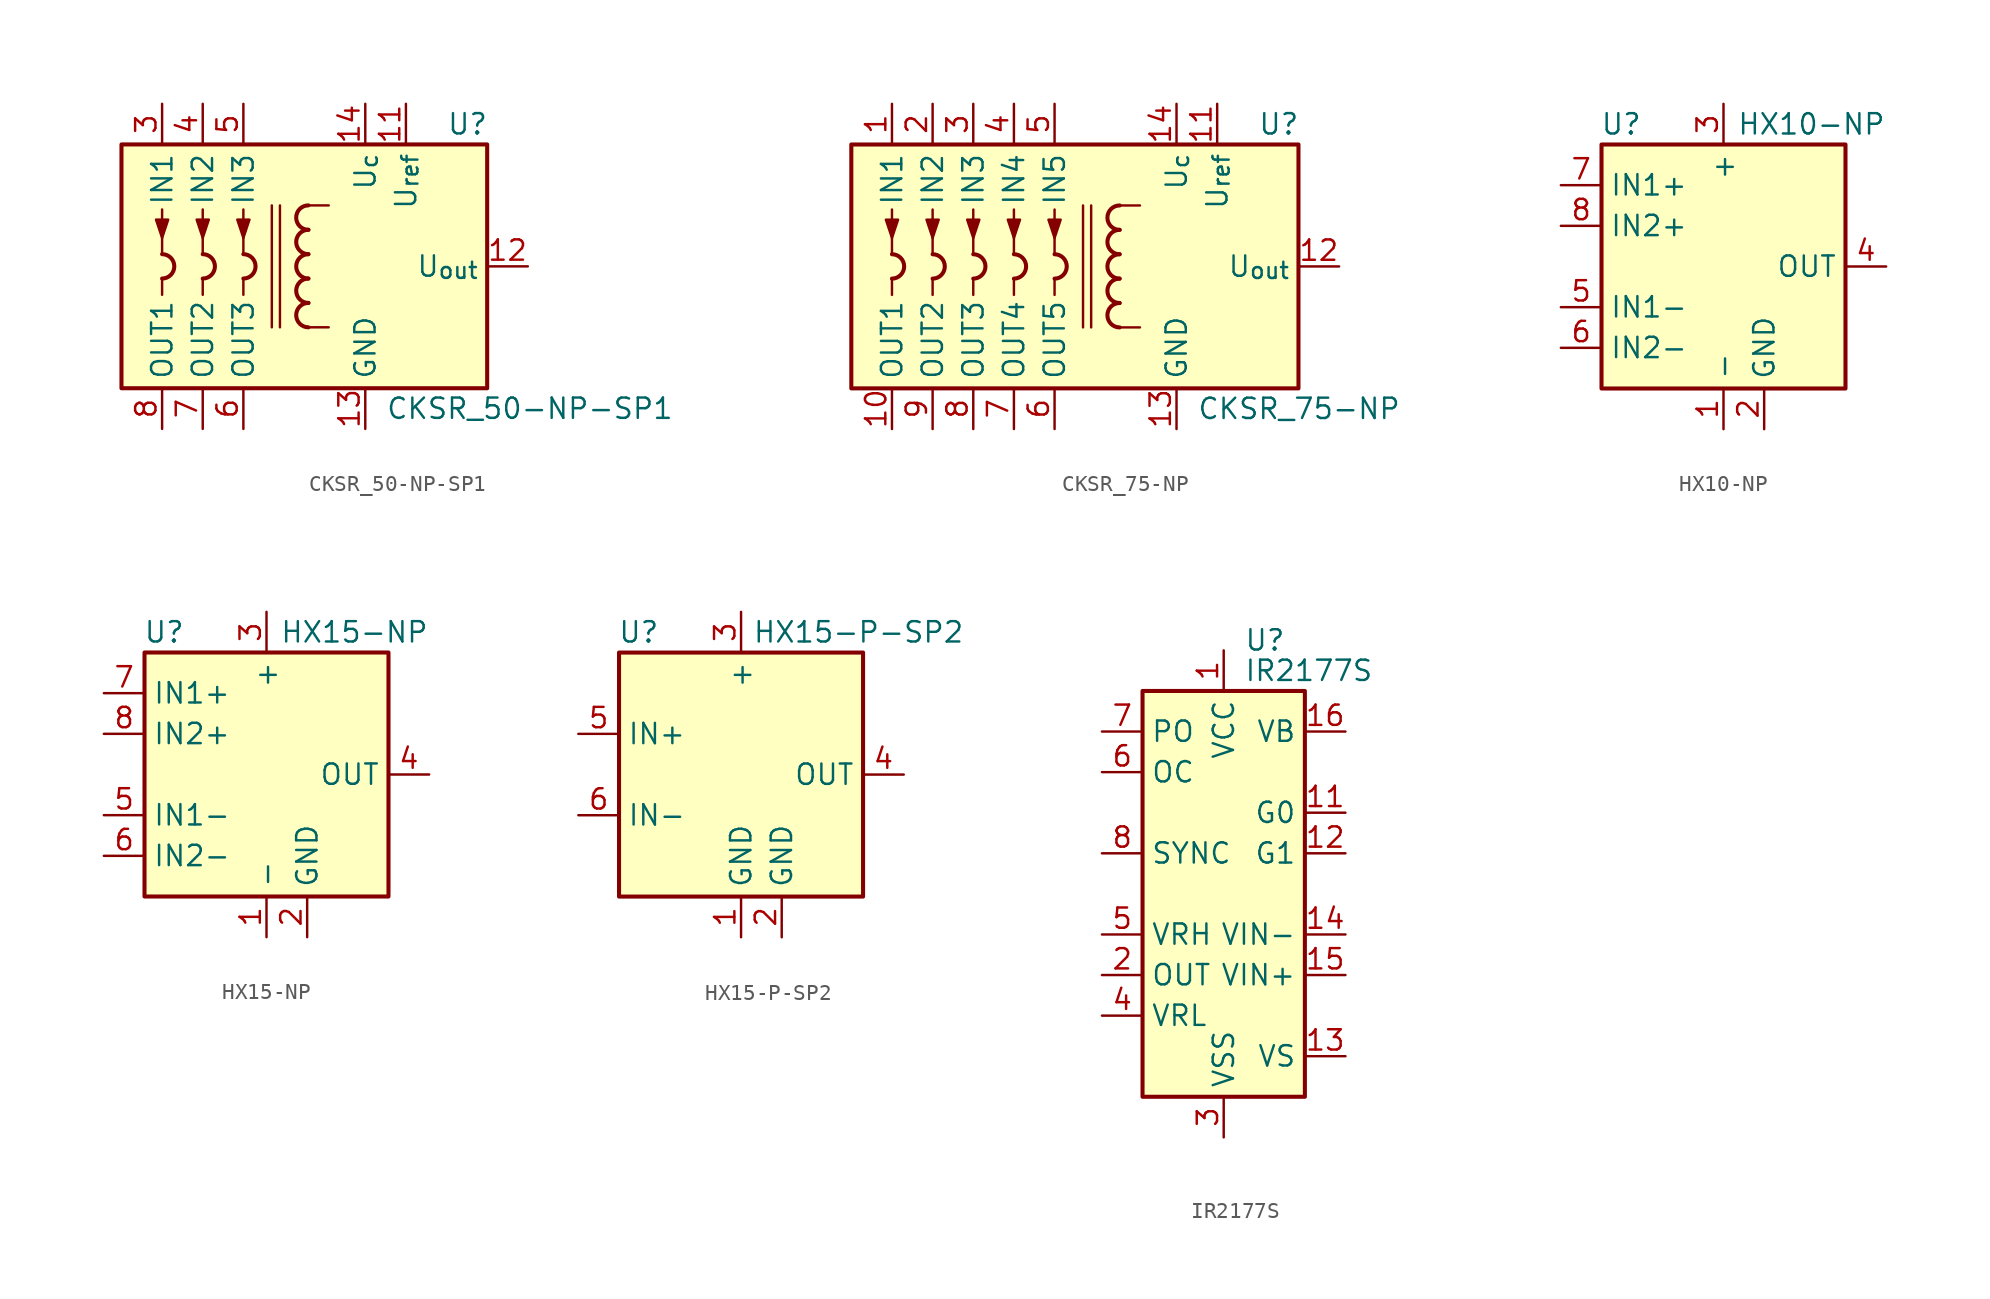
<source format=kicad_sym>
(kicad_symbol_lib
  (version 20241209)
  (generator "kicad_symbol_editor")
  (generator_version "9.0")
  (symbol "CKSR_50-NP-SP1"
    (property "Reference" "U"
      (at 10.16 8.89 0)
      (effects (font (size 1.27 1.27)) (justify left)))
    (property "Value" "CKSR_50-NP-SP1"
      (at 6.35 -8.89 0)
      (effects (font (size 1.27 1.27)) (justify left)))
    (symbol "CKSR_50-NP-SP1_0_1"
      (rectangle (start -10.16 7.62) (end 12.7 -7.62) (stroke (width 0.254) (type default)) (fill (type background)))
      (polyline (pts (xy -7.62 1.778) (xy -7.239 2.921) (xy -8.001 2.921) (xy -7.62 1.778)) (stroke (width 0) (type default)) (fill (type outline)))
      (polyline (pts (xy -7.62 0.762) (xy -7.62 3.556)) (stroke (width 0) (type default)) (fill (type none)))
      (arc (start -7.62 0.762) (mid -6.858 0) (end -7.62 -0.762) (stroke (width 0.254) (type default)) (fill (type none)))
      (polyline (pts (xy -7.62 -0.762) (xy -7.62 -1.778)) (stroke (width 0) (type default)) (fill (type none)))
      (polyline (pts (xy -5.08 1.778) (xy -4.699 2.921) (xy -5.461 2.921) (xy -5.08 1.778)) (stroke (width 0) (type default)) (fill (type outline)))
      (polyline (pts (xy -5.08 0.762) (xy -5.08 3.556)) (stroke (width 0) (type default)) (fill (type none)))
      (arc (start -5.08 0.762) (mid -4.318 0) (end -5.08 -0.762) (stroke (width 0.254) (type default)) (fill (type none)))
      (polyline (pts (xy -5.08 -0.762) (xy -5.08 -1.778)) (stroke (width 0) (type default)) (fill (type none)))
      (polyline (pts (xy -2.54 1.778) (xy -2.159 2.921) (xy -2.921 2.921) (xy -2.54 1.778)) (stroke (width 0) (type default)) (fill (type outline)))
      (polyline (pts (xy -2.54 0.762) (xy -2.54 3.556)) (stroke (width 0) (type default)) (fill (type none)))
      (arc (start -2.54 0.762) (mid -1.778 0) (end -2.54 -0.762) (stroke (width 0.254) (type default)) (fill (type none)))
      (polyline (pts (xy -2.54 -0.762) (xy -2.54 -1.778)) (stroke (width 0) (type default)) (fill (type none)))
      (polyline (pts (xy 1.524 3.81) (xy 2.794 3.81)) (stroke (width 0) (type default)) (fill (type none)))
      (arc (start 1.524 2.286) (mid 0.762 3.048) (end 1.524 3.81) (stroke (width 0.254) (type default)) (fill (type none)))
      (arc (start 1.524 0.762) (mid 0.762 1.524) (end 1.524 2.286) (stroke (width 0.254) (type default)) (fill (type none)))
      (arc (start 1.524 -0.762) (mid 0.762 0) (end 1.524 0.762) (stroke (width 0.254) (type default)) (fill (type none)))
      (arc (start 1.524 -2.286) (mid 0.762 -1.524) (end 1.524 -0.762) (stroke (width 0.254) (type default)) (fill (type none)))
      (arc (start 1.524 -3.81) (mid 0.762 -3.048) (end 1.524 -2.286) (stroke (width 0.254) (type default)) (fill (type none)))
      (polyline (pts (xy 1.524 -3.81) (xy 2.794 -3.81)) (stroke (width 0) (type default)) (fill (type none))))
    (symbol "CKSR_50-NP-SP1_1_1"
      (polyline (pts (xy -0.762 3.81) (xy -0.762 -3.81)) (stroke (width 0) (type default)) (fill (type none)))
      (polyline (pts (xy -0.254 -3.81) (xy -0.254 3.81)) (stroke (width 0) (type default)) (fill (type none)))
      (pin passive line (at -7.62 10.16 270) (length 2.54) (name "IN1" (effects (font (size 1.27 1.27)))) (number "3" (effects (font (size 1.27 1.27)))))
      (pin passive line (at -7.62 -10.16 90) (length 2.54) (name "OUT1" (effects (font (size 1.27 1.27)))) (number "8" (effects (font (size 1.27 1.27)))))
      (pin passive line (at -5.08 10.16 270) (length 2.54) (name "IN2" (effects (font (size 1.27 1.27)))) (number "4" (effects (font (size 1.27 1.27)))))
      (pin passive line (at -5.08 -10.16 90) (length 2.54) (name "OUT2" (effects (font (size 1.27 1.27)))) (number "7" (effects (font (size 1.27 1.27)))))
      (pin passive line (at -2.54 10.16 270) (length 2.54) (name "IN3" (effects (font (size 1.27 1.27)))) (number "5" (effects (font (size 1.27 1.27)))))
      (pin passive line (at -2.54 -10.16 90) (length 2.54) (name "OUT3" (effects (font (size 1.27 1.27)))) (number "6" (effects (font (size 1.27 1.27)))))
      (pin power_in line (at 5.08 10.16 270) (length 2.54) (name "U_{c}" (effects (font (size 1.27 1.27)))) (number "14" (effects (font (size 1.27 1.27)))))
      (pin power_in line (at 5.08 -10.16 90) (length 2.54) (name "GND" (effects (font (size 1.27 1.27)))) (number "13" (effects (font (size 1.27 1.27)))))
      (pin bidirectional line (at 7.62 10.16 270) (length 2.54) (name "U_{ref}" (effects (font (size 1.27 1.27)))) (number "11" (effects (font (size 1.27 1.27)))))
      (pin output line (at 15.24 0 180) (length 2.54) (name "U_{out}" (effects (font (size 1.27 1.27)))) (number "12" (effects (font (size 1.27 1.27)))))))
  (symbol "CKSR_75-NP"
    (property "Reference" "U"
      (at 10.16 8.89 0)
      (effects (font (size 1.27 1.27)) (justify left)))
    (property "Value" "CKSR_75-NP"
      (at 6.35 -8.89 0)
      (effects (font (size 1.27 1.27)) (justify left)))
    (symbol "CKSR_75-NP_0_1"
      (rectangle (start -15.24 7.62) (end 12.7 -7.62) (stroke (width 0.254) (type default)) (fill (type background)))
      (polyline (pts (xy -12.7 1.778) (xy -12.319 2.921) (xy -13.081 2.921) (xy -12.7 1.778)) (stroke (width 0) (type default)) (fill (type outline)))
      (polyline (pts (xy -12.7 0.762) (xy -12.7 3.556)) (stroke (width 0) (type default)) (fill (type none)))
      (arc (start -12.7 0.762) (mid -11.938 0) (end -12.7 -0.762) (stroke (width 0.254) (type default)) (fill (type none)))
      (polyline (pts (xy -12.7 -0.762) (xy -12.7 -1.778)) (stroke (width 0) (type default)) (fill (type none)))
      (polyline (pts (xy -10.16 1.778) (xy -9.779 2.921) (xy -10.541 2.921) (xy -10.16 1.778)) (stroke (width 0) (type default)) (fill (type outline)))
      (polyline (pts (xy -10.16 0.762) (xy -10.16 3.556)) (stroke (width 0) (type default)) (fill (type none)))
      (arc (start -10.16 0.762) (mid -9.398 0) (end -10.16 -0.762) (stroke (width 0.254) (type default)) (fill (type none)))
      (polyline (pts (xy -10.16 -0.762) (xy -10.16 -1.778)) (stroke (width 0) (type default)) (fill (type none)))
      (polyline (pts (xy -7.62 1.778) (xy -7.239 2.921) (xy -8.001 2.921) (xy -7.62 1.778)) (stroke (width 0) (type default)) (fill (type outline)))
      (polyline (pts (xy -7.62 0.762) (xy -7.62 3.556)) (stroke (width 0) (type default)) (fill (type none)))
      (arc (start -7.62 0.762) (mid -6.858 0) (end -7.62 -0.762) (stroke (width 0.254) (type default)) (fill (type none)))
      (polyline (pts (xy -7.62 -0.762) (xy -7.62 -1.778)) (stroke (width 0) (type default)) (fill (type none)))
      (polyline (pts (xy -5.08 1.778) (xy -4.699 2.921) (xy -5.461 2.921) (xy -5.08 1.778)) (stroke (width 0) (type default)) (fill (type outline)))
      (polyline (pts (xy -5.08 0.762) (xy -5.08 3.556)) (stroke (width 0) (type default)) (fill (type none)))
      (arc (start -5.08 0.762) (mid -4.318 0) (end -5.08 -0.762) (stroke (width 0.254) (type default)) (fill (type none)))
      (polyline (pts (xy -5.08 -0.762) (xy -5.08 -1.778)) (stroke (width 0) (type default)) (fill (type none)))
      (polyline (pts (xy -2.54 1.778) (xy -2.159 2.921) (xy -2.921 2.921) (xy -2.54 1.778)) (stroke (width 0) (type default)) (fill (type outline)))
      (polyline (pts (xy -2.54 0.762) (xy -2.54 3.556)) (stroke (width 0) (type default)) (fill (type none)))
      (arc (start -2.54 0.762) (mid -1.778 0) (end -2.54 -0.762) (stroke (width 0.254) (type default)) (fill (type none)))
      (polyline (pts (xy -2.54 -0.762) (xy -2.54 -1.778)) (stroke (width 0) (type default)) (fill (type none)))
      (polyline (pts (xy 1.524 3.81) (xy 2.794 3.81)) (stroke (width 0) (type default)) (fill (type none)))
      (arc (start 1.524 2.286) (mid 0.762 3.048) (end 1.524 3.81) (stroke (width 0.254) (type default)) (fill (type none)))
      (arc (start 1.524 0.762) (mid 0.762 1.524) (end 1.524 2.286) (stroke (width 0.254) (type default)) (fill (type none)))
      (arc (start 1.524 -0.762) (mid 0.762 0) (end 1.524 0.762) (stroke (width 0.254) (type default)) (fill (type none)))
      (arc (start 1.524 -2.286) (mid 0.762 -1.524) (end 1.524 -0.762) (stroke (width 0.254) (type default)) (fill (type none)))
      (arc (start 1.524 -3.81) (mid 0.762 -3.048) (end 1.524 -2.286) (stroke (width 0.254) (type default)) (fill (type none)))
      (polyline (pts (xy 1.524 -3.81) (xy 2.794 -3.81)) (stroke (width 0) (type default)) (fill (type none))))
    (symbol "CKSR_75-NP_1_1"
      (polyline (pts (xy -0.762 3.81) (xy -0.762 -3.81)) (stroke (width 0) (type default)) (fill (type none)))
      (polyline (pts (xy -0.254 -3.81) (xy -0.254 3.81)) (stroke (width 0) (type default)) (fill (type none)))
      (pin passive line (at -12.7 10.16 270) (length 2.54) (name "IN1" (effects (font (size 1.27 1.27)))) (number "1" (effects (font (size 1.27 1.27)))))
      (pin passive line (at -12.7 -10.16 90) (length 2.54) (name "OUT1" (effects (font (size 1.27 1.27)))) (number "10" (effects (font (size 1.27 1.27)))))
      (pin passive line (at -10.16 10.16 270) (length 2.54) (name "IN2" (effects (font (size 1.27 1.27)))) (number "2" (effects (font (size 1.27 1.27)))))
      (pin passive line (at -10.16 -10.16 90) (length 2.54) (name "OUT2" (effects (font (size 1.27 1.27)))) (number "9" (effects (font (size 1.27 1.27)))))
      (pin passive line (at -7.62 10.16 270) (length 2.54) (name "IN3" (effects (font (size 1.27 1.27)))) (number "3" (effects (font (size 1.27 1.27)))))
      (pin passive line (at -7.62 -10.16 90) (length 2.54) (name "OUT3" (effects (font (size 1.27 1.27)))) (number "8" (effects (font (size 1.27 1.27)))))
      (pin passive line (at -5.08 10.16 270) (length 2.54) (name "IN4" (effects (font (size 1.27 1.27)))) (number "4" (effects (font (size 1.27 1.27)))))
      (pin passive line (at -5.08 -10.16 90) (length 2.54) (name "OUT4" (effects (font (size 1.27 1.27)))) (number "7" (effects (font (size 1.27 1.27)))))
      (pin passive line (at -2.54 10.16 270) (length 2.54) (name "IN5" (effects (font (size 1.27 1.27)))) (number "5" (effects (font (size 1.27 1.27)))))
      (pin passive line (at -2.54 -10.16 90) (length 2.54) (name "OUT5" (effects (font (size 1.27 1.27)))) (number "6" (effects (font (size 1.27 1.27)))))
      (pin power_in line (at 5.08 10.16 270) (length 2.54) (name "U_{c}" (effects (font (size 1.27 1.27)))) (number "14" (effects (font (size 1.27 1.27)))))
      (pin power_in line (at 5.08 -10.16 90) (length 2.54) (name "GND" (effects (font (size 1.27 1.27)))) (number "13" (effects (font (size 1.27 1.27)))))
      (pin bidirectional line (at 7.62 10.16 270) (length 2.54) (name "U_{ref}" (effects (font (size 1.27 1.27)))) (number "11" (effects (font (size 1.27 1.27)))))
      (pin output line (at 15.24 0 180) (length 2.54) (name "U_{out}" (effects (font (size 1.27 1.27)))) (number "12" (effects (font (size 1.27 1.27)))))))
  (symbol "HX10-NP"
    (property "Reference" "U"
      (at -5.08 8.89 0)
      (effects (font (size 1.27 1.27)) (justify right)))
    (property "Value" "HX10-NP"
      (at 10.16 8.89 0)
      (effects (font (size 1.27 1.27)) (justify right)))
    (symbol "HX10-NP_0_1"
      (rectangle (start -7.62 7.62) (end 7.62 -7.62) (stroke (width 0.254) (type default)) (fill (type background))))
    (symbol "HX10-NP_1_1"
      (pin passive line (at -10.16 5.08 0) (length 2.54) (name "IN1+" (effects (font (size 1.27 1.27)))) (number "7" (effects (font (size 1.27 1.27)))))
      (pin passive line (at -10.16 2.54 0) (length 2.54) (name "IN2+" (effects (font (size 1.27 1.27)))) (number "8" (effects (font (size 1.27 1.27)))))
      (pin passive line (at -10.16 -2.54 0) (length 2.54) (name "IN1-" (effects (font (size 1.27 1.27)))) (number "5" (effects (font (size 1.27 1.27)))))
      (pin passive line (at -10.16 -5.08 0) (length 2.54) (name "IN2-" (effects (font (size 1.27 1.27)))) (number "6" (effects (font (size 1.27 1.27)))))
      (pin power_in line (at 0 10.16 270) (length 2.54) (name "+" (effects (font (size 1.27 1.27)))) (number "3" (effects (font (size 1.27 1.27)))))
      (pin power_in line (at 0 -10.16 90) (length 2.54) (name "-" (effects (font (size 1.27 1.27)))) (number "1" (effects (font (size 1.27 1.27)))))
      (pin power_in line (at 2.54 -10.16 90) (length 2.54) (name "GND" (effects (font (size 1.27 1.27)))) (number "2" (effects (font (size 1.27 1.27)))))
      (pin output line (at 10.16 0 180) (length 2.54) (name "OUT" (effects (font (size 1.27 1.27)))) (number "4" (effects (font (size 1.27 1.27)))))))
  (symbol "HX15-NP"
    (property "Reference" "U"
      (at -5.08 8.89 0)
      (effects (font (size 1.27 1.27)) (justify right)))
    (property "Value" "HX15-NP"
      (at 10.16 8.89 0)
      (effects (font (size 1.27 1.27)) (justify right)))
    (symbol "HX15-NP_0_1"
      (rectangle (start -7.62 7.62) (end 7.62 -7.62) (stroke (width 0.254) (type default)) (fill (type background))))
    (symbol "HX15-NP_1_1"
      (pin passive line (at -10.16 5.08 0) (length 2.54) (name "IN1+" (effects (font (size 1.27 1.27)))) (number "7" (effects (font (size 1.27 1.27)))))
      (pin passive line (at -10.16 2.54 0) (length 2.54) (name "IN2+" (effects (font (size 1.27 1.27)))) (number "8" (effects (font (size 1.27 1.27)))))
      (pin passive line (at -10.16 -2.54 0) (length 2.54) (name "IN1-" (effects (font (size 1.27 1.27)))) (number "5" (effects (font (size 1.27 1.27)))))
      (pin passive line (at -10.16 -5.08 0) (length 2.54) (name "IN2-" (effects (font (size 1.27 1.27)))) (number "6" (effects (font (size 1.27 1.27)))))
      (pin power_in line (at 0 10.16 270) (length 2.54) (name "+" (effects (font (size 1.27 1.27)))) (number "3" (effects (font (size 1.27 1.27)))))
      (pin power_in line (at 0 -10.16 90) (length 2.54) (name "-" (effects (font (size 1.27 1.27)))) (number "1" (effects (font (size 1.27 1.27)))))
      (pin power_in line (at 2.54 -10.16 90) (length 2.54) (name "GND" (effects (font (size 1.27 1.27)))) (number "2" (effects (font (size 1.27 1.27)))))
      (pin output line (at 10.16 0 180) (length 2.54) (name "OUT" (effects (font (size 1.27 1.27)))) (number "4" (effects (font (size 1.27 1.27)))))))
  (symbol "HX15-P-SP2"
    (property "Reference" "U"
      (at -5.08 8.89 0)
      (effects (font (size 1.27 1.27)) (justify right)))
    (property "Value" "HX15-P-SP2"
      (at 13.97 8.89 0)
      (effects (font (size 1.27 1.27)) (justify right)))
    (symbol "HX15-P-SP2_0_1"
      (rectangle (start -7.62 7.62) (end 7.62 -7.62) (stroke (width 0.254) (type default)) (fill (type background))))
    (symbol "HX15-P-SP2_1_1"
      (pin passive line (at -10.16 2.54 0) (length 2.54) (name "IN+" (effects (font (size 1.27 1.27)))) (number "5" (effects (font (size 1.27 1.27)))))
      (pin passive line (at -10.16 -2.54 0) (length 2.54) (name "IN-" (effects (font (size 1.27 1.27)))) (number "6" (effects (font (size 1.27 1.27)))))
      (pin power_in line (at 0 10.16 270) (length 2.54) (name "+" (effects (font (size 1.27 1.27)))) (number "3" (effects (font (size 1.27 1.27)))))
      (pin power_in line (at 0 -10.16 90) (length 2.54) (name "GND" (effects (font (size 1.27 1.27)))) (number "1" (effects (font (size 1.27 1.27)))))
      (pin power_in line (at 2.54 -10.16 90) (length 2.54) (name "GND" (effects (font (size 1.27 1.27)))) (number "2" (effects (font (size 1.27 1.27)))))
      (pin output line (at 10.16 0 180) (length 2.54) (name "OUT" (effects (font (size 1.27 1.27)))) (number "4" (effects (font (size 1.27 1.27)))))))
  (symbol "IR2177S"
    (property "Reference" "U"
      (at 1.27 15.875 0)
      (effects (font (size 1.27 1.27)) (justify left)))
    (property "Value" "IR2177S"
      (at 1.27 13.97 0)
      (effects (font (size 1.27 1.27)) (justify left)))
    (symbol "IR2177S_0_1"
      (rectangle (start -5.08 -12.7) (end 5.08 12.7) (stroke (width 0.254) (type default)) (fill (type background))))
    (symbol "IR2177S_1_1"
      (pin open_collector line (at -7.62 10.16 0) (length 2.54) (name "PO" (effects (font (size 1.27 1.27)))) (number "7" (effects (font (size 1.27 1.27)))))
      (pin open_collector line (at -7.62 7.62 0) (length 2.54) (name "OC" (effects (font (size 1.27 1.27)))) (number "6" (effects (font (size 1.27 1.27)))))
      (pin input line (at -7.62 2.54 0) (length 2.54) (name "SYNC" (effects (font (size 1.27 1.27)))) (number "8" (effects (font (size 1.27 1.27)))))
      (pin input line (at -7.62 -2.54 0) (length 2.54) (name "VRH" (effects (font (size 1.27 1.27)))) (number "5" (effects (font (size 1.27 1.27)))))
      (pin output line (at -7.62 -5.08 0) (length 2.54) (name "OUT" (effects (font (size 1.27 1.27)))) (number "2" (effects (font (size 1.27 1.27)))))
      (pin input line (at -7.62 -7.62 0) (length 2.54) (name "VRL" (effects (font (size 1.27 1.27)))) (number "4" (effects (font (size 1.27 1.27)))))
      (pin no_connect line (at -5.08 5.08 0) (length 2.54) (hide yes) (name "NC" (effects (font (size 1.27 1.27)))) (number "9" (effects (font (size 1.27 1.27)))))
      (pin no_connect line (at -5.08 0 0) (length 2.54) (hide yes) (name "NC" (effects (font (size 1.27 1.27)))) (number "10" (effects (font (size 1.27 1.27)))))
      (pin power_in line (at 0 15.24 270) (length 2.54) (name "VCC" (effects (font (size 1.27 1.27)))) (number "1" (effects (font (size 1.27 1.27)))))
      (pin power_in line (at 0 -15.24 90) (length 2.54) (name "VSS" (effects (font (size 1.27 1.27)))) (number "3" (effects (font (size 1.27 1.27)))))
      (pin passive line (at 7.62 10.16 180) (length 2.54) (name "VB" (effects (font (size 1.27 1.27)))) (number "16" (effects (font (size 1.27 1.27)))))
      (pin input line (at 7.62 5.08 180) (length 2.54) (name "G0" (effects (font (size 1.27 1.27)))) (number "11" (effects (font (size 1.27 1.27)))))
      (pin input line (at 7.62 2.54 180) (length 2.54) (name "G1" (effects (font (size 1.27 1.27)))) (number "12" (effects (font (size 1.27 1.27)))))
      (pin passive line (at 7.62 -2.54 180) (length 2.54) (name "VIN-" (effects (font (size 1.27 1.27)))) (number "14" (effects (font (size 1.27 1.27)))))
      (pin passive line (at 7.62 -5.08 180) (length 2.54) (name "VIN+" (effects (font (size 1.27 1.27)))) (number "15" (effects (font (size 1.27 1.27)))))
      (pin passive line (at 7.62 -10.16 180) (length 2.54) (name "VS" (effects (font (size 1.27 1.27)))) (number "13" (effects (font (size 1.27 1.27))))))))
</source>
